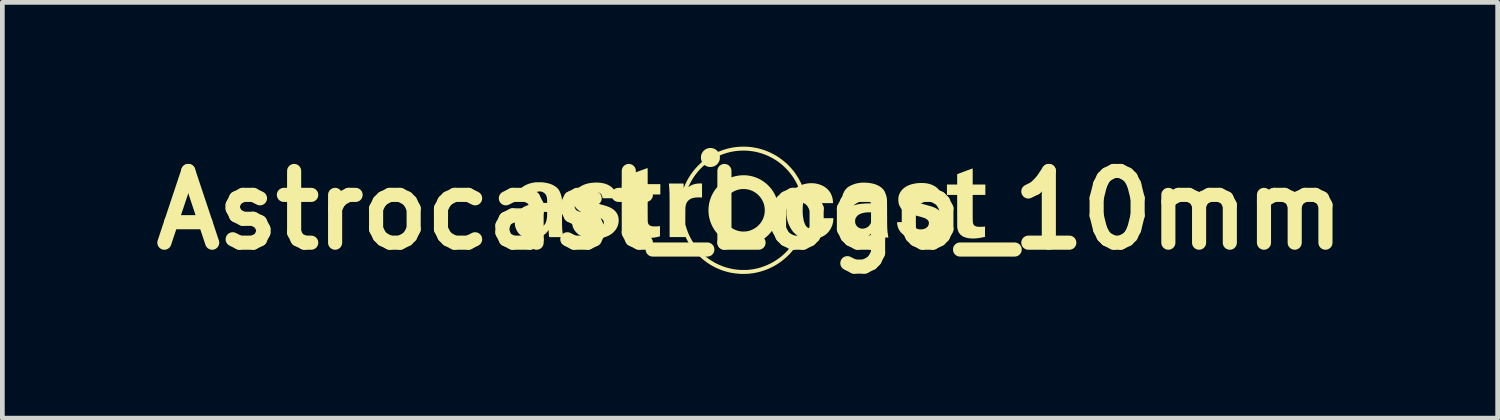
<source format=kicad_pcb>
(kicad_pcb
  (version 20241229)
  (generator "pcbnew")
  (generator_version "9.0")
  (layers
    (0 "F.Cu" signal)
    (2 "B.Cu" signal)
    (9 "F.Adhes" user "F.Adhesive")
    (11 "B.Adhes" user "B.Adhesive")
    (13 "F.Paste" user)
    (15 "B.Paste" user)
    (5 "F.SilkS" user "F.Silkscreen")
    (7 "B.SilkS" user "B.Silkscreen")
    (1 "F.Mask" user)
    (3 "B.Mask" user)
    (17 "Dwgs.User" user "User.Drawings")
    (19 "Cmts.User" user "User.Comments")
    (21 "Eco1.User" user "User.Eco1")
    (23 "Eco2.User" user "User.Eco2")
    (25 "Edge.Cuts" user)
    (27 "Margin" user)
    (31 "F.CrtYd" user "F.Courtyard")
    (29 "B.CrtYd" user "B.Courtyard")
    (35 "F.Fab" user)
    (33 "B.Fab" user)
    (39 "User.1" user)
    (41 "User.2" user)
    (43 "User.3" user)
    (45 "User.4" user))
  (footprint "Astrocast_Logo_10mm"
    (layer "F.Cu")
    (at 12.889 1.418)
    (property "Reference" "Astrocast_Logo_10mm" (at 0 0 0) (layer "F.SilkS") (effects (font (size 1.524 1.524) (thickness 0.3))))
    (attr board_only exclude_from_pos_files exclude_from_bom)
    (fp_poly (pts (xy -2.178 -0.897) (xy -2.178 -0.896) (xy -2.177 -0.895) (xy -2.177 -0.894) (xy -2.177 -0.891) (xy -2.176 -0.888) (xy -2.176 -0.883) (xy -2.176 -0.876) (xy -2.176 -0.868) (xy -2.176 -0.858) (xy -2.176 -0.846) (xy -2.175 -0.831) (xy -2.175 -0.814) (xy -2.175 -0.794) (xy -2.175 -0.772) (xy -2.175 -0.746) (xy -2.175 -0.726) (xy -2.175 -0.555) (xy -1.906 -0.555) (xy -1.906 -0.335) (xy -2.175 -0.335) (xy -2.175 -0.049) (xy -2.175 -0.01) (xy -2.175 0.025) (xy -2.175 0.057) (xy -2.175 0.086) (xy -2.174 0.113) (xy -2.174 0.136) (xy -2.174 0.157) (xy -2.174 0.176) (xy -2.174 0.192) (xy -2.174 0.205) (xy -2.174 0.217) (xy -2.173 0.227) (xy -2.173 0.235) (xy -2.173 0.241) (xy -2.173 0.246) (xy -2.172 0.249) (xy -2.172 0.25) (xy -2.168 0.27) (xy -2.162 0.286) (xy -2.154 0.301) (xy -2.144 0.312) (xy -2.132 0.322) (xy -2.117 0.33) (xy -2.099 0.336) (xy -2.087 0.339) (xy -2.081 0.34) (xy -2.076 0.341) (xy -2.071 0.342) (xy -2.065 0.342) (xy -2.058 0.342) (xy -2.049 0.343) (xy -2.039 0.343) (xy -2.025 0.343) (xy -2.018 0.343) (xy -1.992 0.343) (xy -1.969 0.342) (xy -1.948 0.341) (xy -1.931 0.339) (xy -1.919 0.338) (xy -1.913 0.337) (xy -1.914 0.556) (xy -1.929 0.559) (xy -1.955 0.565) (xy -1.983 0.571) (xy -2.012 0.577) (xy -2.041 0.581) (xy -2.07 0.585) (xy -2.083 0.586) (xy -2.092 0.587) (xy -2.104 0.588) (xy -2.118 0.589) (xy -2.133 0.589) (xy -2.149 0.59) (xy -2.165 0.59) (xy -2.181 0.59) (xy -2.196 0.59) (xy -2.209 0.59) (xy -2.221 0.59) (xy -2.23 0.589) (xy -2.232 0.589) (xy -2.269 0.584) (xy -2.303 0.577) (xy -2.334 0.569) (xy -2.362 0.558) (xy -2.388 0.545) (xy -2.411 0.53) (xy -2.432 0.513) (xy -2.45 0.494) (xy -2.465 0.472) (xy -2.478 0.449) (xy -2.489 0.423) (xy -2.497 0.395) (xy -2.502 0.364) (xy -2.504 0.352) (xy -2.504 0.348) (xy -2.504 0.341) (xy -2.505 0.33) (xy -2.505 0.316) (xy -2.505 0.298) (xy -2.505 0.278) (xy -2.505 0.254) (xy -2.505 0.227) (xy -2.505 0.197) (xy -2.505 0.163) (xy -2.506 0.127) (xy -2.506 0.087) (xy -2.506 0.044) (xy -2.506 0.001) (xy -2.506 -0.334) (xy -2.723 -0.334) (xy -2.723 -0.555) (xy -2.506 -0.555) (xy -2.506 -0.777) (xy -2.344 -0.837) (xy -2.321 -0.845) (xy -2.299 -0.853) (xy -2.279 -0.86) (xy -2.26 -0.867) (xy -2.242 -0.874) (xy -2.226 -0.88) (xy -2.212 -0.885) (xy -2.2 -0.889) (xy -2.19 -0.893) (xy -2.184 -0.895) (xy -2.18 -0.896) (xy -2.179 -0.897)) (stroke (width 0) (type solid)) (fill yes) (layer "F.SilkS"))
    (fp_poly (pts (xy 4.731 -0.887) (xy 4.731 -0.882) (xy 4.731 -0.874) (xy 4.731 -0.864) (xy 4.732 -0.851) (xy 4.732 -0.835) (xy 4.732 -0.818) (xy 4.732 -0.799) (xy 4.732 -0.778) (xy 4.732 -0.756) (xy 4.732 -0.733) (xy 4.732 -0.717) (xy 4.732 -0.546) (xy 5.001 -0.546) (xy 5.001 -0.325) (xy 4.732 -0.325) (xy 4.732 -0.065) (xy 4.732 -0.027) (xy 4.732 0.008) (xy 4.732 0.04) (xy 4.732 0.07) (xy 4.732 0.096) (xy 4.732 0.12) (xy 4.733 0.141) (xy 4.733 0.16) (xy 4.733 0.177) (xy 4.733 0.192) (xy 4.734 0.205) (xy 4.734 0.217) (xy 4.734 0.227) (xy 4.735 0.236) (xy 4.735 0.244) (xy 4.736 0.25) (xy 4.736 0.256) (xy 4.737 0.261) (xy 4.738 0.266) (xy 4.739 0.27) (xy 4.743 0.288) (xy 4.75 0.302) (xy 4.759 0.315) (xy 4.769 0.326) (xy 4.783 0.334) (xy 4.798 0.341) (xy 4.817 0.347) (xy 4.838 0.35) (xy 4.843 0.351) (xy 4.851 0.351) (xy 4.863 0.352) (xy 4.876 0.352) (xy 4.891 0.352) (xy 4.906 0.352) (xy 4.922 0.351) (xy 4.938 0.351) (xy 4.952 0.35) (xy 4.966 0.349) (xy 4.977 0.348) (xy 4.986 0.347) (xy 4.99 0.346) (xy 4.994 0.345) (xy 4.994 0.565) (xy 4.972 0.57) (xy 4.935 0.578) (xy 4.896 0.586) (xy 4.858 0.591) (xy 4.82 0.596) (xy 4.783 0.599) (xy 4.747 0.6) (xy 4.713 0.6) (xy 4.694 0.599) (xy 4.659 0.596) (xy 4.625 0.591) (xy 4.594 0.584) (xy 4.566 0.574) (xy 4.539 0.563) (xy 4.535 0.562) (xy 4.513 0.55) (xy 4.494 0.536) (xy 4.476 0.521) (xy 4.47 0.515) (xy 4.455 0.498) (xy 4.442 0.48) (xy 4.431 0.461) (xy 4.422 0.44) (xy 4.415 0.416) (xy 4.409 0.391) (xy 4.406 0.374) (xy 4.405 0.372) (xy 4.405 0.369) (xy 4.405 0.366) (xy 4.405 0.363) (xy 4.404 0.358) (xy 4.404 0.353) (xy 4.404 0.346) (xy 4.404 0.338) (xy 4.404 0.329) (xy 4.403 0.319) (xy 4.403 0.307) (xy 4.403 0.293) (xy 4.403 0.277) (xy 4.403 0.259) (xy 4.403 0.239) (xy 4.403 0.216) (xy 4.403 0.191) (xy 4.403 0.164) (xy 4.403 0.133) (xy 4.402 0.1) (xy 4.402 0.063) (xy 4.402 0.023) (xy 4.402 0.016) (xy 4.402 -0.325) (xy 4.293 -0.326) (xy 4.185 -0.326) (xy 4.185 -0.546) (xy 4.402 -0.546) (xy 4.403 -0.768) (xy 4.566 -0.828) (xy 4.589 -0.837) (xy 4.61 -0.845) (xy 4.631 -0.852) (xy 4.65 -0.859) (xy 4.668 -0.866) (xy 4.684 -0.871) (xy 4.698 -0.877) (xy 4.71 -0.881) (xy 4.719 -0.884) (xy 4.726 -0.887) (xy 4.73 -0.888) (xy 4.731 -0.888)) (stroke (width 0) (type solid)) (fill yes) (layer "F.SilkS"))
    (fp_poly (pts (xy -0.065 -0.741) (xy -0.016 -0.734) (xy 0.032 -0.724) (xy 0.081 -0.711) (xy 0.106 -0.703) (xy 0.152 -0.685) (xy 0.197 -0.665) (xy 0.24 -0.641) (xy 0.282 -0.614) (xy 0.321 -0.585) (xy 0.359 -0.554) (xy 0.394 -0.52) (xy 0.427 -0.484) (xy 0.458 -0.446) (xy 0.486 -0.405) (xy 0.512 -0.363) (xy 0.535 -0.32) (xy 0.545 -0.296) (xy 0.563 -0.25) (xy 0.578 -0.203) (xy 0.59 -0.155) (xy 0.599 -0.107) (xy 0.604 -0.059) (xy 0.606 -0.01) (xy 0.606 0.039) (xy 0.601 0.087) (xy 0.594 0.135) (xy 0.584 0.183) (xy 0.571 0.23) (xy 0.554 0.276) (xy 0.535 0.321) (xy 0.512 0.364) (xy 0.5 0.385) (xy 0.473 0.427) (xy 0.443 0.467) (xy 0.41 0.505) (xy 0.376 0.54) (xy 0.339 0.573) (xy 0.3 0.603) (xy 0.259 0.631) (xy 0.217 0.656) (xy 0.173 0.678) (xy 0.128 0.697) (xy 0.081 0.713) (xy 0.033 0.726) (xy -0.009 0.734) (xy -0.027 0.737) (xy -0.043 0.74) (xy -0.058 0.742) (xy -0.073 0.743) (xy -0.09 0.744) (xy -0.108 0.744) (xy -0.128 0.745) (xy -0.129 0.745) (xy -0.142 0.745) (xy -0.156 0.745) (xy -0.168 0.745) (xy -0.179 0.744) (xy -0.189 0.744) (xy -0.195 0.744) (xy -0.195 0.744) (xy -0.247 0.738) (xy -0.297 0.728) (xy -0.346 0.716) (xy -0.393 0.701) (xy -0.44 0.682) (xy -0.484 0.661) (xy -0.528 0.636) (xy -0.569 0.608) (xy -0.584 0.598) (xy -0.623 0.566) (xy -0.66 0.532) (xy -0.694 0.497) (xy -0.726 0.459) (xy -0.755 0.419) (xy -0.781 0.378) (xy -0.804 0.336) (xy -0.824 0.292) (xy -0.842 0.246) (xy -0.856 0.2) (xy -0.868 0.152) (xy -0.876 0.104) (xy -0.881 0.055) (xy -0.883 0.006) (xy -0.883 0.001) (xy -0.59 0.001) (xy -0.589 0.019) (xy -0.589 0.036) (xy -0.587 0.051) (xy -0.585 0.067) (xy -0.583 0.083) (xy -0.582 0.087) (xy -0.573 0.123) (xy -0.562 0.159) (xy -0.547 0.194) (xy -0.529 0.227) (xy -0.509 0.26) (xy -0.485 0.29) (xy -0.46 0.318) (xy -0.459 0.319) (xy -0.43 0.346) (xy -0.399 0.37) (xy -0.366 0.391) (xy -0.332 0.409) (xy -0.296 0.424) (xy -0.259 0.436) (xy -0.22 0.445) (xy -0.18 0.451) (xy -0.174 0.452) (xy -0.165 0.452) (xy -0.155 0.452) (xy -0.142 0.452) (xy -0.128 0.452) (xy -0.114 0.451) (xy -0.101 0.451) (xy -0.088 0.45) (xy -0.078 0.449) (xy -0.072 0.448) (xy -0.041 0.442) (xy -0.011 0.435) (xy 0.018 0.425) (xy 0.046 0.413) (xy 0.066 0.403) (xy 0.1 0.384) (xy 0.132 0.363) (xy 0.161 0.339) (xy 0.189 0.312) (xy 0.214 0.284) (xy 0.237 0.253) (xy 0.256 0.221) (xy 0.274 0.187) (xy 0.288 0.152) (xy 0.299 0.115) (xy 0.305 0.091) (xy 0.308 0.073) (xy 0.31 0.056) (xy 0.312 0.04) (xy 0.313 0.024) (xy 0.313 0.006) (xy 0.313 -0.012) (xy 0.312 -0.03) (xy 0.311 -0.047) (xy 0.31 -0.061) (xy 0.307 -0.076) (xy 0.304 -0.091) (xy 0.301 -0.107) (xy 0.3 -0.109) (xy 0.295 -0.129) (xy 0.289 -0.148) (xy 0.282 -0.167) (xy 0.273 -0.186) (xy 0.267 -0.198) (xy 0.252 -0.227) (xy 0.235 -0.254) (xy 0.216 -0.279) (xy 0.195 -0.304) (xy 0.176 -0.323) (xy 0.147 -0.35) (xy 0.116 -0.373) (xy 0.083 -0.393) (xy 0.049 -0.411) (xy 0.013 -0.425) (xy -0.025 -0.437) (xy -0.064 -0.445) (xy -0.076 -0.447) (xy -0.087 -0.448) (xy -0.1 -0.449) (xy -0.116 -0.45) (xy -0.132 -0.45) (xy -0.149 -0.45) (xy -0.165 -0.45) (xy -0.18 -0.449) (xy -0.193 -0.448) (xy -0.2 -0.447) (xy -0.239 -0.44) (xy -0.277 -0.429) (xy -0.313 -0.416) (xy -0.348 -0.399) (xy -0.381 -0.38) (xy -0.412 -0.359) (xy -0.442 -0.334) (xy -0.469 -0.308) (xy -0.494 -0.279) (xy -0.516 -0.247) (xy -0.536 -0.214) (xy -0.541 -0.204) (xy -0.557 -0.17) (xy -0.569 -0.136) (xy -0.579 -0.101) (xy -0.585 -0.066) (xy -0.589 -0.029) (xy -0.59 0.001) (xy -0.883 0.001) (xy -0.882 -0.044) (xy -0.877 -0.094) (xy -0.875 -0.11) (xy -0.866 -0.158) (xy -0.854 -0.205) (xy -0.839 -0.252) (xy -0.821 -0.297) (xy -0.8 -0.341) (xy -0.776 -0.384) (xy -0.75 -0.425) (xy -0.734 -0.447) (xy -0.706 -0.481) (xy -0.677 -0.513) (xy -0.646 -0.544) (xy -0.613 -0.573) (xy -0.58 -0.599) (xy -0.577 -0.601) (xy -0.535 -0.629) (xy -0.492 -0.654) (xy -0.448 -0.677) (xy -0.402 -0.696) (xy -0.356 -0.712) (xy -0.309 -0.724) (xy -0.261 -0.734) (xy -0.212 -0.74) (xy -0.163 -0.744) (xy -0.114 -0.744)) (stroke (width 0) (type solid)) (fill yes) (layer "F.SilkS"))
    (fp_poly (pts (xy -3.244 -0.588) (xy -3.201 -0.586) (xy -3.16 -0.581) (xy -3.121 -0.574) (xy -3.085 -0.565) (xy -3.05 -0.553) (xy -3.018 -0.539) (xy -2.988 -0.523) (xy -2.96 -0.505) (xy -2.935 -0.485) (xy -2.913 -0.463) (xy -2.893 -0.439) (xy -2.875 -0.413) (xy -2.861 -0.385) (xy -2.85 -0.357) (xy -2.845 -0.343) (xy -2.841 -0.328) (xy -2.838 -0.312) (xy -2.835 -0.296) (xy -2.832 -0.281) (xy -2.831 -0.268) (xy -2.831 -0.259) (xy -2.831 -0.254) (xy -3.133 -0.254) (xy -3.136 -0.272) (xy -3.141 -0.294) (xy -3.149 -0.314) (xy -3.158 -0.332) (xy -3.17 -0.347) (xy -3.185 -0.36) (xy -3.202 -0.37) (xy -3.222 -0.378) (xy -3.243 -0.384) (xy -3.268 -0.387) (xy -3.293 -0.388) (xy -3.316 -0.387) (xy -3.335 -0.385) (xy -3.353 -0.382) (xy -3.371 -0.376) (xy -3.388 -0.369) (xy -3.388 -0.369) (xy -3.406 -0.358) (xy -3.421 -0.347) (xy -3.433 -0.333) (xy -3.442 -0.318) (xy -3.447 -0.306) (xy -3.449 -0.3) (xy -3.45 -0.293) (xy -3.451 -0.284) (xy -3.451 -0.277) (xy -3.45 -0.261) (xy -3.447 -0.246) (xy -3.443 -0.233) (xy -3.436 -0.221) (xy -3.426 -0.211) (xy -3.414 -0.201) (xy -3.399 -0.193) (xy -3.381 -0.184) (xy -3.36 -0.177) (xy -3.358 -0.176) (xy -3.353 -0.175) (xy -3.345 -0.172) (xy -3.334 -0.169) (xy -3.32 -0.165) (xy -3.305 -0.161) (xy -3.288 -0.156) (xy -3.269 -0.151) (xy -3.25 -0.145) (xy -3.229 -0.14) (xy -3.209 -0.134) (xy -3.208 -0.134) (xy -3.181 -0.126) (xy -3.158 -0.12) (xy -3.138 -0.114) (xy -3.12 -0.109) (xy -3.104 -0.105) (xy -3.091 -0.101) (xy -3.079 -0.098) (xy -3.068 -0.095) (xy -3.059 -0.092) (xy -3.052 -0.089) (xy -3.044 -0.087) (xy -3.038 -0.085) (xy -3.032 -0.083) (xy -3.026 -0.08) (xy -3.019 -0.078) (xy -3.015 -0.076) (xy -2.979 -0.061) (xy -2.947 -0.044) (xy -2.918 -0.026) (xy -2.891 -0.006) (xy -2.868 0.015) (xy -2.848 0.038) (xy -2.831 0.063) (xy -2.817 0.089) (xy -2.808 0.109) (xy -2.799 0.137) (xy -2.794 0.167) (xy -2.791 0.197) (xy -2.791 0.229) (xy -2.794 0.26) (xy -2.799 0.291) (xy -2.808 0.321) (xy -2.819 0.351) (xy -2.833 0.38) (xy -2.835 0.383) (xy -2.854 0.413) (xy -2.876 0.44) (xy -2.9 0.466) (xy -2.927 0.49) (xy -2.956 0.511) (xy -2.988 0.531) (xy -3.022 0.548) (xy -3.059 0.563) (xy -3.097 0.576) (xy -3.138 0.587) (xy -3.181 0.595) (xy -3.225 0.601) (xy -3.248 0.603) (xy -3.257 0.603) (xy -3.27 0.604) (xy -3.284 0.604) (xy -3.3 0.604) (xy -3.316 0.604) (xy -3.331 0.604) (xy -3.347 0.604) (xy -3.36 0.603) (xy -3.371 0.603) (xy -3.378 0.602) (xy -3.422 0.598) (xy -3.464 0.59) (xy -3.503 0.58) (xy -3.541 0.568) (xy -3.576 0.553) (xy -3.609 0.536) (xy -3.64 0.517) (xy -3.667 0.496) (xy -3.691 0.473) (xy -3.713 0.448) (xy -3.732 0.422) (xy -3.748 0.394) (xy -3.761 0.364) (xy -3.771 0.333) (xy -3.778 0.301) (xy -3.781 0.267) (xy -3.782 0.264) (xy -3.783 0.243) (xy -3.469 0.243) (xy -3.469 0.249) (xy -3.469 0.253) (xy -3.468 0.259) (xy -3.466 0.267) (xy -3.466 0.27) (xy -3.46 0.292) (xy -3.451 0.313) (xy -3.439 0.332) (xy -3.425 0.348) (xy -3.408 0.363) (xy -3.389 0.375) (xy -3.367 0.384) (xy -3.344 0.391) (xy -3.341 0.392) (xy -3.319 0.395) (xy -3.295 0.397) (xy -3.271 0.397) (xy -3.248 0.395) (xy -3.226 0.392) (xy -3.205 0.386) (xy -3.192 0.381) (xy -3.173 0.371) (xy -3.155 0.36) (xy -3.141 0.346) (xy -3.128 0.331) (xy -3.119 0.314) (xy -3.112 0.297) (xy -3.108 0.279) (xy -3.107 0.26) (xy -3.108 0.25) (xy -3.111 0.235) (xy -3.116 0.221) (xy -3.124 0.208) (xy -3.134 0.197) (xy -3.147 0.186) (xy -3.162 0.176) (xy -3.18 0.166) (xy -3.202 0.157) (xy -3.223 0.149) (xy -3.228 0.147) (xy -3.236 0.145) (xy -3.247 0.141) (xy -3.261 0.138) (xy -3.276 0.133) (xy -3.293 0.128) (xy -3.311 0.123) (xy -3.33 0.118) (xy -3.35 0.113) (xy -3.364 0.109) (xy -3.391 0.101) (xy -3.415 0.095) (xy -3.437 0.089) (xy -3.456 0.083) (xy -3.473 0.079) (xy -3.487 0.074) (xy -3.5 0.07) (xy -3.512 0.067) (xy -3.522 0.064) (xy -3.531 0.06) (xy -3.54 0.057) (xy -3.548 0.054) (xy -3.556 0.051) (xy -3.556 0.051) (xy -3.589 0.036) (xy -3.618 0.02) (xy -3.645 0.002) (xy -3.669 -0.018) (xy -3.69 -0.04) (xy -3.708 -0.063) (xy -3.723 -0.088) (xy -3.736 -0.115) (xy -3.745 -0.143) (xy -3.752 -0.174) (xy -3.754 -0.186) (xy -3.755 -0.198) (xy -3.756 -0.212) (xy -3.757 -0.228) (xy -3.757 -0.244) (xy -3.756 -0.259) (xy -3.755 -0.273) (xy -3.754 -0.281) (xy -3.748 -0.313) (xy -3.738 -0.343) (xy -3.726 -0.372) (xy -3.711 -0.4) (xy -3.693 -0.425) (xy -3.672 -0.45) (xy -3.648 -0.472) (xy -3.621 -0.493) (xy -3.592 -0.512) (xy -3.56 -0.529) (xy -3.526 -0.544) (xy -3.489 -0.557) (xy -3.464 -0.564) (xy -3.432 -0.572) (xy -3.399 -0.578) (xy -3.363 -0.583) (xy -3.327 -0.586) (xy -3.29 -0.588) (xy -3.255 -0.589)) (stroke (width 0) (type solid)) (fill yes) (layer "F.SilkS"))
    (fp_poly (pts (xy 3.675 -0.579) (xy 3.714 -0.576) (xy 3.751 -0.572) (xy 3.762 -0.57) (xy 3.799 -0.562) (xy 3.835 -0.552) (xy 3.869 -0.54) (xy 3.9 -0.525) (xy 3.929 -0.509) (xy 3.956 -0.49) (xy 3.98 -0.47) (xy 4.002 -0.447) (xy 4.003 -0.446) (xy 4.022 -0.421) (xy 4.038 -0.394) (xy 4.052 -0.366) (xy 4.062 -0.336) (xy 4.07 -0.305) (xy 4.076 -0.271) (xy 4.077 -0.254) (xy 4.078 -0.245) (xy 3.774 -0.245) (xy 3.773 -0.256) (xy 3.77 -0.276) (xy 3.764 -0.296) (xy 3.755 -0.313) (xy 3.745 -0.329) (xy 3.737 -0.338) (xy 3.723 -0.35) (xy 3.708 -0.36) (xy 3.691 -0.368) (xy 3.671 -0.374) (xy 3.662 -0.376) (xy 3.653 -0.377) (xy 3.642 -0.378) (xy 3.629 -0.378) (xy 3.615 -0.379) (xy 3.601 -0.379) (xy 3.588 -0.378) (xy 3.577 -0.377) (xy 3.571 -0.376) (xy 3.551 -0.372) (xy 3.532 -0.365) (xy 3.515 -0.357) (xy 3.499 -0.348) (xy 3.486 -0.337) (xy 3.478 -0.328) (xy 3.469 -0.314) (xy 3.462 -0.3) (xy 3.458 -0.284) (xy 3.457 -0.267) (xy 3.457 -0.266) (xy 3.458 -0.249) (xy 3.462 -0.233) (xy 3.468 -0.22) (xy 3.476 -0.208) (xy 3.488 -0.197) (xy 3.503 -0.187) (xy 3.514 -0.181) (xy 3.519 -0.179) (xy 3.523 -0.177) (xy 3.528 -0.175) (xy 3.534 -0.173) (xy 3.54 -0.171) (xy 3.547 -0.168) (xy 3.555 -0.166) (xy 3.565 -0.163) (xy 3.576 -0.159) (xy 3.589 -0.156) (xy 3.604 -0.151) (xy 3.622 -0.146) (xy 3.642 -0.141) (xy 3.665 -0.134) (xy 3.691 -0.127) (xy 3.701 -0.124) (xy 3.73 -0.117) (xy 3.756 -0.109) (xy 3.779 -0.103) (xy 3.799 -0.097) (xy 3.817 -0.092) (xy 3.833 -0.087) (xy 3.847 -0.083) (xy 3.859 -0.079) (xy 3.871 -0.076) (xy 3.881 -0.072) (xy 3.89 -0.069) (xy 3.898 -0.065) (xy 3.906 -0.062) (xy 3.914 -0.059) (xy 3.944 -0.045) (xy 3.972 -0.029) (xy 3.998 -0.012) (xy 4.021 0.007) (xy 4.042 0.026) (xy 4.06 0.046) (xy 4.067 0.056) (xy 4.083 0.081) (xy 4.096 0.108) (xy 4.106 0.136) (xy 4.113 0.166) (xy 4.117 0.198) (xy 4.118 0.223) (xy 4.116 0.257) (xy 4.111 0.29) (xy 4.103 0.322) (xy 4.092 0.354) (xy 4.077 0.384) (xy 4.06 0.413) (xy 4.04 0.44) (xy 4.017 0.466) (xy 3.991 0.49) (xy 3.963 0.513) (xy 3.947 0.524) (xy 3.914 0.543) (xy 3.879 0.56) (xy 3.842 0.575) (xy 3.802 0.587) (xy 3.76 0.598) (xy 3.716 0.605) (xy 3.693 0.609) (xy 3.685 0.609) (xy 3.676 0.61) (xy 3.664 0.611) (xy 3.652 0.612) (xy 3.639 0.612) (xy 3.627 0.613) (xy 3.615 0.614) (xy 3.605 0.614) (xy 3.597 0.614) (xy 3.591 0.614) (xy 3.591 0.614) (xy 3.587 0.614) (xy 3.581 0.614) (xy 3.573 0.613) (xy 3.564 0.613) (xy 3.557 0.613) (xy 3.512 0.609) (xy 3.469 0.604) (xy 3.429 0.596) (xy 3.391 0.585) (xy 3.355 0.572) (xy 3.321 0.557) (xy 3.289 0.539) (xy 3.259 0.518) (xy 3.233 0.497) (xy 3.21 0.475) (xy 3.19 0.451) (xy 3.173 0.425) (xy 3.162 0.405) (xy 3.15 0.38) (xy 3.141 0.353) (xy 3.134 0.327) (xy 3.129 0.3) (xy 3.127 0.275) (xy 3.127 0.269) (xy 3.127 0.252) (xy 3.438 0.252) (xy 3.439 0.26) (xy 3.444 0.285) (xy 3.451 0.307) (xy 3.461 0.328) (xy 3.473 0.346) (xy 3.488 0.362) (xy 3.505 0.375) (xy 3.525 0.386) (xy 3.547 0.395) (xy 3.572 0.401) (xy 3.595 0.405) (xy 3.622 0.407) (xy 3.648 0.406) (xy 3.672 0.403) (xy 3.695 0.398) (xy 3.716 0.39) (xy 3.735 0.381) (xy 3.752 0.369) (xy 3.767 0.356) (xy 3.78 0.341) (xy 3.789 0.324) (xy 3.796 0.306) (xy 3.798 0.297) (xy 3.801 0.278) (xy 3.801 0.261) (xy 3.797 0.244) (xy 3.791 0.229) (xy 3.782 0.215) (xy 3.769 0.202) (xy 3.754 0.19) (xy 3.735 0.179) (xy 3.718 0.17) (xy 3.712 0.168) (xy 3.706 0.165) (xy 3.699 0.163) (xy 3.692 0.16) (xy 3.683 0.157) (xy 3.674 0.154) (xy 3.663 0.151) (xy 3.65 0.147) (xy 3.636 0.143) (xy 3.619 0.138) (xy 3.6 0.133) (xy 3.578 0.127) (xy 3.553 0.12) (xy 3.541 0.117) (xy 3.514 0.109) (xy 3.49 0.103) (xy 3.468 0.097) (xy 3.45 0.092) (xy 3.433 0.087) (xy 3.419 0.083) (xy 3.406 0.079) (xy 3.395 0.076) (xy 3.385 0.072) (xy 3.376 0.069) (xy 3.368 0.066) (xy 3.361 0.063) (xy 3.353 0.06) (xy 3.353 0.06) (xy 3.32 0.046) (xy 3.29 0.029) (xy 3.263 0.011) (xy 3.239 -0.009) (xy 3.218 -0.031) (xy 3.2 -0.055) (xy 3.185 -0.08) (xy 3.172 -0.107) (xy 3.162 -0.136) (xy 3.156 -0.167) (xy 3.153 -0.191) (xy 3.151 -0.225) (xy 3.152 -0.258) (xy 3.157 -0.29) (xy 3.165 -0.32) (xy 3.176 -0.349) (xy 3.19 -0.377) (xy 3.206 -0.403) (xy 3.226 -0.428) (xy 3.248 -0.451) (xy 3.273 -0.473) (xy 3.301 -0.493) (xy 3.331 -0.511) (xy 3.364 -0.527) (xy 3.399 -0.541) (xy 3.437 -0.553) (xy 3.438 -0.553) (xy 3.474 -0.562) (xy 3.513 -0.569) (xy 3.553 -0.575) (xy 3.594 -0.578) (xy 3.635 -0.579)) (stroke (width 0) (type solid)) (fill yes) (layer "F.SilkS"))
    (fp_poly (pts (xy 2.46 -0.586) (xy 2.504 -0.583) (xy 2.546 -0.578) (xy 2.585 -0.571) (xy 2.622 -0.563) (xy 2.657 -0.553) (xy 2.69 -0.54) (xy 2.707 -0.533) (xy 2.729 -0.522) (xy 2.75 -0.51) (xy 2.771 -0.496) (xy 2.79 -0.482) (xy 2.807 -0.467) (xy 2.822 -0.453) (xy 2.834 -0.438) (xy 2.839 -0.432) (xy 2.857 -0.402) (xy 2.873 -0.37) (xy 2.886 -0.337) (xy 2.897 -0.302) (xy 2.905 -0.267) (xy 2.91 -0.232) (xy 2.911 -0.225) (xy 2.911 -0.22) (xy 2.911 -0.213) (xy 2.911 -0.202) (xy 2.911 -0.188) (xy 2.912 -0.172) (xy 2.912 -0.153) (xy 2.912 -0.132) (xy 2.912 -0.108) (xy 2.912 -0.082) (xy 2.913 -0.054) (xy 2.913 -0.025) (xy 2.913 0.007) (xy 2.913 0.039) (xy 2.913 0.072) (xy 2.913 0.111) (xy 2.914 0.146) (xy 2.914 0.179) (xy 2.914 0.208) (xy 2.914 0.235) (xy 2.914 0.26) (xy 2.914 0.282) (xy 2.915 0.301) (xy 2.915 0.319) (xy 2.915 0.335) (xy 2.915 0.35) (xy 2.916 0.363) (xy 2.916 0.375) (xy 2.917 0.385) (xy 2.917 0.395) (xy 2.918 0.404) (xy 2.918 0.413) (xy 2.919 0.421) (xy 2.919 0.429) (xy 2.92 0.437) (xy 2.92 0.438) (xy 2.922 0.452) (xy 2.923 0.467) (xy 2.925 0.483) (xy 2.928 0.499) (xy 2.93 0.515) (xy 2.932 0.531) (xy 2.934 0.545) (xy 2.936 0.557) (xy 2.938 0.567) (xy 2.94 0.575) (xy 2.941 0.577) (xy 2.941 0.578) (xy 2.94 0.578) (xy 2.939 0.579) (xy 2.937 0.579) (xy 2.934 0.579) (xy 2.93 0.58) (xy 2.925 0.58) (xy 2.917 0.58) (xy 2.908 0.58) (xy 2.897 0.58) (xy 2.883 0.58) (xy 2.867 0.58) (xy 2.849 0.58) (xy 2.827 0.58) (xy 2.802 0.58) (xy 2.791 0.58) (xy 2.765 0.58) (xy 2.742 0.58) (xy 2.722 0.58) (xy 2.705 0.58) (xy 2.69 0.58) (xy 2.678 0.58) (xy 2.668 0.58) (xy 2.66 0.58) (xy 2.653 0.58) (xy 2.648 0.58) (xy 2.645 0.579) (xy 2.642 0.579) (xy 2.641 0.579) (xy 2.64 0.578) (xy 2.64 0.578) (xy 2.639 0.577) (xy 2.638 0.572) (xy 2.637 0.564) (xy 2.636 0.553) (xy 2.634 0.541) (xy 2.633 0.527) (xy 2.632 0.513) (xy 2.631 0.498) (xy 2.63 0.483) (xy 2.629 0.469) (xy 2.629 0.461) (xy 2.628 0.428) (xy 2.618 0.442) (xy 2.608 0.456) (xy 2.598 0.469) (xy 2.587 0.482) (xy 2.574 0.495) (xy 2.571 0.498) (xy 2.545 0.522) (xy 2.516 0.543) (xy 2.486 0.561) (xy 2.454 0.577) (xy 2.421 0.589) (xy 2.386 0.599) (xy 2.36 0.603) (xy 2.351 0.605) (xy 2.338 0.605) (xy 2.324 0.606) (xy 2.309 0.607) (xy 2.293 0.607) (xy 2.277 0.607) (xy 2.261 0.607) (xy 2.248 0.606) (xy 2.209 0.602) (xy 2.172 0.597) (xy 2.138 0.589) (xy 2.107 0.579) (xy 2.078 0.566) (xy 2.052 0.552) (xy 2.028 0.535) (xy 2.006 0.516) (xy 1.991 0.499) (xy 1.97 0.471) (xy 1.952 0.442) (xy 1.937 0.411) (xy 1.925 0.379) (xy 1.917 0.346) (xy 1.911 0.313) (xy 1.909 0.278) (xy 1.909 0.243) (xy 1.911 0.226) (xy 2.233 0.226) (xy 2.234 0.241) (xy 2.234 0.252) (xy 2.235 0.26) (xy 2.236 0.267) (xy 2.237 0.273) (xy 2.239 0.28) (xy 2.239 0.281) (xy 2.248 0.303) (xy 2.259 0.322) (xy 2.273 0.34) (xy 2.289 0.355) (xy 2.307 0.368) (xy 2.327 0.379) (xy 2.349 0.386) (xy 2.367 0.39) (xy 2.381 0.391) (xy 2.395 0.391) (xy 2.41 0.39) (xy 2.413 0.39) (xy 2.438 0.385) (xy 2.461 0.378) (xy 2.483 0.367) (xy 2.504 0.354) (xy 2.522 0.339) (xy 2.538 0.32) (xy 2.547 0.309) (xy 2.556 0.295) (xy 2.564 0.28) (xy 2.571 0.264) (xy 2.577 0.248) (xy 2.582 0.231) (xy 2.586 0.212) (xy 2.59 0.191) (xy 2.592 0.169) (xy 2.594 0.143) (xy 2.596 0.115) (xy 2.597 0.088) (xy 2.598 0.047) (xy 2.582 0.045) (xy 2.572 0.045) (xy 2.559 0.044) (xy 2.545 0.044) (xy 2.53 0.044) (xy 2.515 0.044) (xy 2.5 0.045) (xy 2.488 0.045) (xy 2.478 0.046) (xy 2.477 0.046) (xy 2.441 0.05) (xy 2.407 0.057) (xy 2.377 0.065) (xy 2.349 0.075) (xy 2.324 0.087) (xy 2.301 0.101) (xy 2.282 0.117) (xy 2.276 0.124) (xy 2.263 0.139) (xy 2.253 0.154) (xy 2.245 0.17) (xy 2.242 0.176) (xy 2.238 0.188) (xy 2.236 0.2) (xy 2.234 0.212) (xy 2.233 0.226) (xy 1.911 0.226) (xy 1.913 0.208) (xy 1.921 0.173) (xy 1.921 0.173) (xy 1.931 0.139) (xy 1.945 0.107) (xy 1.961 0.076) (xy 1.98 0.046) (xy 2.002 0.019) (xy 2.026 -0.006) (xy 2.053 -0.029) (xy 2.075 -0.045) (xy 2.101 -0.061) (xy 2.13 -0.076) (xy 2.161 -0.089) (xy 2.194 -0.102) (xy 2.23 -0.112) (xy 2.267 -0.121) (xy 2.294 -0.127) (xy 2.319 -0.131) (xy 2.344 -0.135) (xy 2.37 -0.138) (xy 2.396 -0.14) (xy 2.425 -0.142) (xy 2.454 -0.144) (xy 2.487 -0.145) (xy 2.522 -0.146) (xy 2.527 -0.146) (xy 2.598 -0.147) (xy 2.597 -0.185) (xy 2.596 -0.209) (xy 2.594 -0.231) (xy 2.591 -0.252) (xy 2.588 -0.271) (xy 2.584 -0.287) (xy 2.579 -0.301) (xy 2.577 -0.306) (xy 2.566 -0.324) (xy 2.553 -0.341) (xy 2.537 -0.355) (xy 2.52 -0.368) (xy 2.501 -0.378) (xy 2.493 -0.381) (xy 2.482 -0.385) (xy 2.472 -0.387) (xy 2.462 -0.389) (xy 2.45 -0.39) (xy 2.437 -0.39) (xy 2.428 -0.389) (xy 2.417 -0.389) (xy 2.409 -0.389) (xy 2.403 -0.388) (xy 2.398 -0.387) (xy 2.392 -0.386) (xy 2.386 -0.384) (xy 2.385 -0.383) (xy 2.363 -0.374) (xy 2.344 -0.363) (xy 2.328 -0.35) (xy 2.314 -0.334) (xy 2.303 -0.317) (xy 2.3 -0.312) (xy 2.294 -0.297) (xy 2.289 -0.282) (xy 2.286 -0.266) (xy 2.285 -0.249) (xy 2.283 -0.227) (xy 1.958 -0.227) (xy 1.958 -0.237) (xy 1.958 -0.245) (xy 1.958 -0.255) (xy 1.959 -0.268) (xy 1.961 -0.28) (xy 1.963 -0.293) (xy 1.964 -0.303) (xy 1.972 -0.333) (xy 1.983 -0.362) (xy 1.997 -0.391) (xy 2.013 -0.418) (xy 2.032 -0.443) (xy 2.053 -0.466) (xy 2.075 -0.485) (xy 2.088 -0.495) (xy 2.103 -0.505) (xy 2.121 -0.515) (xy 2.141 -0.525) (xy 2.162 -0.535) (xy 2.183 -0.544) (xy 2.205 -0.552) (xy 2.226 -0.559) (xy 2.231 -0.561) (xy 2.262 -0.569) (xy 2.292 -0.576) (xy 2.323 -0.581) (xy 2.355 -0.585) (xy 2.388 -0.587) (xy 2.423 -0.587)) (stroke (width 0) (type solid)) (fill yes) (layer "F.SilkS"))
    (fp_poly (pts (xy -4.476 -0.595) (xy -4.46 -0.595) (xy -4.444 -0.594) (xy -4.43 -0.594) (xy -4.418 -0.593) (xy -4.409 -0.593) (xy -4.408 -0.593) (xy -4.363 -0.587) (xy -4.321 -0.58) (xy -4.281 -0.57) (xy -4.243 -0.559) (xy -4.209 -0.545) (xy -4.176 -0.529) (xy -4.151 -0.514) (xy -4.137 -0.505) (xy -4.122 -0.494) (xy -4.109 -0.483) (xy -4.096 -0.471) (xy -4.085 -0.46) (xy -4.076 -0.449) (xy -4.072 -0.445) (xy -4.058 -0.422) (xy -4.044 -0.397) (xy -4.032 -0.369) (xy -4.021 -0.34) (xy -4.012 -0.311) (xy -4.01 -0.303) (xy -4.008 -0.295) (xy -4.006 -0.288) (xy -4.004 -0.281) (xy -4.003 -0.275) (xy -4.002 -0.268) (xy -4.001 -0.261) (xy -4 -0.254) (xy -3.999 -0.246) (xy -3.999 -0.237) (xy -3.998 -0.227) (xy -3.998 -0.215) (xy -3.998 -0.201) (xy -3.998 -0.185) (xy -3.997 -0.166) (xy -3.997 -0.145) (xy -3.997 -0.121) (xy -3.997 -0.106) (xy -3.996 -0.08) (xy -3.996 -0.051) (xy -3.996 -0.021) (xy -3.996 0.011) (xy -3.996 0.044) (xy -3.996 0.076) (xy -3.995 0.107) (xy -3.995 0.137) (xy -3.995 0.165) (xy -3.995 0.176) (xy -3.995 0.21) (xy -3.995 0.24) (xy -3.995 0.267) (xy -3.995 0.292) (xy -3.994 0.314) (xy -3.994 0.335) (xy -3.993 0.354) (xy -3.993 0.371) (xy -3.992 0.387) (xy -3.991 0.402) (xy -3.99 0.416) (xy -3.988 0.43) (xy -3.987 0.445) (xy -3.985 0.459) (xy -3.984 0.472) (xy -3.983 0.479) (xy -3.981 0.489) (xy -3.98 0.501) (xy -3.978 0.513) (xy -3.976 0.526) (xy -3.974 0.538) (xy -3.972 0.549) (xy -3.97 0.559) (xy -3.969 0.565) (xy -3.969 0.566) (xy -3.967 0.572) (xy -4.099 0.572) (xy -4.12 0.572) (xy -4.141 0.572) (xy -4.161 0.572) (xy -4.18 0.572) (xy -4.197 0.572) (xy -4.213 0.571) (xy -4.226 0.571) (xy -4.237 0.571) (xy -4.245 0.571) (xy -4.25 0.571) (xy -4.25 0.571) (xy -4.269 0.57) (xy -4.271 0.557) (xy -4.275 0.525) (xy -4.277 0.494) (xy -4.279 0.46) (xy -4.279 0.457) (xy -4.28 0.418) (xy -4.288 0.43) (xy -4.308 0.458) (xy -4.332 0.484) (xy -4.357 0.507) (xy -4.385 0.529) (xy -4.414 0.548) (xy -4.445 0.564) (xy -4.477 0.577) (xy -4.503 0.585) (xy -4.514 0.588) (xy -4.525 0.59) (xy -4.534 0.592) (xy -4.544 0.594) (xy -4.553 0.595) (xy -4.564 0.596) (xy -4.577 0.596) (xy -4.591 0.596) (xy -4.608 0.597) (xy -4.61 0.597) (xy -4.623 0.597) (xy -4.636 0.597) (xy -4.647 0.597) (xy -4.657 0.597) (xy -4.665 0.597) (xy -4.67 0.596) (xy -4.671 0.596) (xy -4.709 0.592) (xy -4.744 0.586) (xy -4.776 0.578) (xy -4.806 0.568) (xy -4.834 0.555) (xy -4.859 0.541) (xy -4.882 0.524) (xy -4.903 0.505) (xy -4.923 0.484) (xy -4.94 0.46) (xy -4.956 0.433) (xy -4.965 0.414) (xy -4.975 0.391) (xy -4.984 0.368) (xy -4.99 0.343) (xy -4.995 0.32) (xy -4.997 0.311) (xy -4.997 0.299) (xy -4.998 0.286) (xy -4.998 0.271) (xy -4.999 0.256) (xy -4.998 0.24) (xy -4.998 0.226) (xy -4.998 0.223) (xy -4.675 0.223) (xy -4.675 0.235) (xy -4.675 0.244) (xy -4.674 0.251) (xy -4.673 0.257) (xy -4.672 0.263) (xy -4.664 0.285) (xy -4.654 0.306) (xy -4.641 0.324) (xy -4.626 0.341) (xy -4.608 0.355) (xy -4.589 0.366) (xy -4.569 0.374) (xy -4.561 0.377) (xy -4.554 0.378) (xy -4.547 0.38) (xy -4.54 0.38) (xy -4.531 0.381) (xy -4.52 0.381) (xy -4.512 0.381) (xy -4.501 0.38) (xy -4.492 0.38) (xy -4.485 0.379) (xy -4.479 0.378) (xy -4.473 0.377) (xy -4.467 0.376) (xy -4.443 0.367) (xy -4.42 0.356) (xy -4.4 0.342) (xy -4.382 0.325) (xy -4.366 0.306) (xy -4.351 0.284) (xy -4.339 0.259) (xy -4.338 0.255) (xy -4.33 0.234) (xy -4.324 0.21) (xy -4.319 0.183) (xy -4.315 0.154) (xy -4.313 0.122) (xy -4.312 0.087) (xy -4.312 0.07) (xy -4.312 0.038) (xy -4.321 0.037) (xy -4.337 0.036) (xy -4.356 0.035) (xy -4.377 0.035) (xy -4.398 0.035) (xy -4.419 0.036) (xy -4.44 0.038) (xy -4.458 0.04) (xy -4.461 0.04) (xy -4.494 0.046) (xy -4.524 0.054) (xy -4.552 0.063) (xy -4.577 0.074) (xy -4.6 0.087) (xy -4.619 0.102) (xy -4.636 0.118) (xy -4.65 0.136) (xy -4.661 0.155) (xy -4.666 0.166) (xy -4.67 0.177) (xy -4.672 0.187) (xy -4.674 0.199) (xy -4.675 0.212) (xy -4.675 0.223) (xy -4.998 0.223) (xy -4.997 0.213) (xy -4.996 0.203) (xy -4.995 0.2) (xy -4.987 0.164) (xy -4.976 0.129) (xy -4.963 0.096) (xy -4.946 0.065) (xy -4.927 0.035) (xy -4.904 0.008) (xy -4.88 -0.018) (xy -4.852 -0.041) (xy -4.841 -0.049) (xy -4.817 -0.065) (xy -4.789 -0.08) (xy -4.759 -0.093) (xy -4.727 -0.106) (xy -4.693 -0.117) (xy -4.657 -0.127) (xy -4.62 -0.135) (xy -4.604 -0.138) (xy -4.584 -0.141) (xy -4.564 -0.144) (xy -4.545 -0.146) (xy -4.525 -0.148) (xy -4.504 -0.15) (xy -4.482 -0.151) (xy -4.458 -0.153) (xy -4.432 -0.154) (xy -4.404 -0.155) (xy -4.387 -0.155) (xy -4.372 -0.156) (xy -4.357 -0.156) (xy -4.344 -0.156) (xy -4.333 -0.157) (xy -4.323 -0.157) (xy -4.317 -0.157) (xy -4.313 -0.158) (xy -4.312 -0.158) (xy -4.311 -0.16) (xy -4.311 -0.164) (xy -4.311 -0.171) (xy -4.311 -0.18) (xy -4.311 -0.19) (xy -4.311 -0.191) (xy -4.312 -0.211) (xy -4.313 -0.231) (xy -4.315 -0.25) (xy -4.318 -0.268) (xy -4.322 -0.285) (xy -4.326 -0.3) (xy -4.33 -0.312) (xy -4.332 -0.316) (xy -4.343 -0.335) (xy -4.357 -0.352) (xy -4.373 -0.366) (xy -4.392 -0.379) (xy -4.412 -0.389) (xy -4.433 -0.396) (xy -4.435 -0.396) (xy -4.447 -0.398) (xy -4.461 -0.399) (xy -4.476 -0.399) (xy -4.491 -0.399) (xy -4.504 -0.397) (xy -4.513 -0.395) (xy -4.535 -0.388) (xy -4.554 -0.379) (xy -4.572 -0.366) (xy -4.587 -0.352) (xy -4.6 -0.335) (xy -4.61 -0.317) (xy -4.618 -0.296) (xy -4.623 -0.273) (xy -4.624 -0.256) (xy -4.625 -0.237) (xy -4.95 -0.237) (xy -4.95 -0.256) (xy -4.948 -0.285) (xy -4.943 -0.315) (xy -4.935 -0.345) (xy -4.925 -0.374) (xy -4.911 -0.402) (xy -4.895 -0.428) (xy -4.876 -0.453) (xy -4.873 -0.456) (xy -4.859 -0.471) (xy -4.846 -0.484) (xy -4.832 -0.496) (xy -4.816 -0.507) (xy -4.799 -0.518) (xy -4.787 -0.524) (xy -4.75 -0.543) (xy -4.711 -0.559) (xy -4.67 -0.572) (xy -4.627 -0.583) (xy -4.583 -0.591) (xy -4.569 -0.593) (xy -4.561 -0.593) (xy -4.551 -0.594) (xy -4.539 -0.594) (xy -4.524 -0.595) (xy -4.509 -0.595) (xy -4.492 -0.595)) (stroke (width 0) (type solid)) (fill yes) (layer "F.SilkS"))
    (fp_poly (pts (xy -0.046 -1.349) (xy 0.018 -1.343) (xy 0.049 -1.339) (xy 0.117 -1.327) (xy 0.183 -1.313) (xy 0.248 -1.295) (xy 0.312 -1.274) (xy 0.374 -1.25) (xy 0.435 -1.223) (xy 0.495 -1.193) (xy 0.554 -1.16) (xy 0.611 -1.124) (xy 0.666 -1.084) (xy 0.72 -1.042) (xy 0.771 -0.999) (xy 0.793 -0.978) (xy 0.816 -0.955) (xy 0.84 -0.93) (xy 0.864 -0.905) (xy 0.886 -0.88) (xy 0.907 -0.855) (xy 0.92 -0.84) (xy 0.948 -0.803) (xy 0.975 -0.764) (xy 1.001 -0.724) (xy 1.027 -0.683) (xy 1.05 -0.641) (xy 1.072 -0.6) (xy 1.091 -0.56) (xy 1.096 -0.547) (xy 1.099 -0.543) (xy 1.1 -0.54) (xy 1.101 -0.54) (xy 1.103 -0.54) (xy 1.108 -0.542) (xy 1.114 -0.544) (xy 1.118 -0.545) (xy 1.158 -0.557) (xy 1.199 -0.566) (xy 1.24 -0.572) (xy 1.283 -0.575) (xy 1.325 -0.575) (xy 1.367 -0.572) (xy 1.407 -0.566) (xy 1.423 -0.562) (xy 1.463 -0.552) (xy 1.5 -0.539) (xy 1.535 -0.524) (xy 1.569 -0.507) (xy 1.599 -0.487) (xy 1.628 -0.465) (xy 1.654 -0.44) (xy 1.677 -0.414) (xy 1.698 -0.386) (xy 1.711 -0.365) (xy 1.723 -0.341) (xy 1.734 -0.315) (xy 1.743 -0.289) (xy 1.751 -0.264) (xy 1.752 -0.26) (xy 1.755 -0.241) (xy 1.759 -0.219) (xy 1.761 -0.198) (xy 1.763 -0.177) (xy 1.763 -0.176) (xy 1.764 -0.151) (xy 1.438 -0.151) (xy 1.438 -0.157) (xy 1.437 -0.161) (xy 1.436 -0.168) (xy 1.435 -0.175) (xy 1.435 -0.178) (xy 1.43 -0.208) (xy 1.423 -0.236) (xy 1.415 -0.261) (xy 1.405 -0.283) (xy 1.394 -0.303) (xy 1.381 -0.32) (xy 1.367 -0.333) (xy 1.351 -0.344) (xy 1.333 -0.352) (xy 1.315 -0.357) (xy 1.295 -0.359) (xy 1.285 -0.359) (xy 1.271 -0.357) (xy 1.259 -0.355) (xy 1.248 -0.352) (xy 1.236 -0.346) (xy 1.232 -0.345) (xy 1.215 -0.334) (xy 1.199 -0.32) (xy 1.185 -0.303) (xy 1.172 -0.283) (xy 1.16 -0.26) (xy 1.15 -0.234) (xy 1.141 -0.205) (xy 1.133 -0.172) (xy 1.127 -0.137) (xy 1.122 -0.098) (xy 1.122 -0.097) (xy 1.121 -0.085) (xy 1.121 -0.071) (xy 1.12 -0.054) (xy 1.12 -0.036) (xy 1.119 -0.017) (xy 1.119 0.003) (xy 1.119 0.022) (xy 1.119 0.041) (xy 1.12 0.058) (xy 1.12 0.073) (xy 1.121 0.085) (xy 1.121 0.089) (xy 1.125 0.125) (xy 1.13 0.159) (xy 1.135 0.19) (xy 1.141 0.218) (xy 1.148 0.244) (xy 1.156 0.267) (xy 1.165 0.29) (xy 1.173 0.307) (xy 1.185 0.327) (xy 1.198 0.345) (xy 1.213 0.359) (xy 1.228 0.371) (xy 1.245 0.379) (xy 1.263 0.384) (xy 1.283 0.386) (xy 1.295 0.386) (xy 1.308 0.385) (xy 1.319 0.383) (xy 1.329 0.38) (xy 1.339 0.376) (xy 1.342 0.375) (xy 1.361 0.364) (xy 1.377 0.351) (xy 1.391 0.335) (xy 1.404 0.316) (xy 1.415 0.294) (xy 1.425 0.269) (xy 1.431 0.249) (xy 1.432 0.241) (xy 1.434 0.23) (xy 1.437 0.218) (xy 1.439 0.206) (xy 1.44 0.194) (xy 1.442 0.183) (xy 1.442 0.176) (xy 1.443 0.169) (xy 1.606 0.169) (xy 1.77 0.168) (xy 1.77 0.189) (xy 1.769 0.223) (xy 1.764 0.257) (xy 1.756 0.291) (xy 1.746 0.324) (xy 1.732 0.357) (xy 1.716 0.389) (xy 1.698 0.42) (xy 1.677 0.448) (xy 1.674 0.452) (xy 1.651 0.478) (xy 1.625 0.503) (xy 1.597 0.525) (xy 1.566 0.545) (xy 1.534 0.562) (xy 1.5 0.577) (xy 1.464 0.589) (xy 1.427 0.599) (xy 1.389 0.606) (xy 1.371 0.608) (xy 1.362 0.608) (xy 1.35 0.609) (xy 1.337 0.609) (xy 1.321 0.609) (xy 1.304 0.609) (xy 1.287 0.609) (xy 1.271 0.608) (xy 1.255 0.608) (xy 1.24 0.607) (xy 1.227 0.606) (xy 1.219 0.605) (xy 1.193 0.602) (xy 1.168 0.598) (xy 1.143 0.593) (xy 1.121 0.587) (xy 1.1 0.581) (xy 1.087 0.576) (xy 1.086 0.576) (xy 1.084 0.578) (xy 1.082 0.581) (xy 1.079 0.586) (xy 1.075 0.594) (xy 1.071 0.603) (xy 1.039 0.662) (xy 1.004 0.72) (xy 0.967 0.776) (xy 0.927 0.83) (xy 0.885 0.882) (xy 0.841 0.931) (xy 0.794 0.978) (xy 0.745 1.022) (xy 0.694 1.064) (xy 0.641 1.104) (xy 0.587 1.141) (xy 0.53 1.175) (xy 0.472 1.206) (xy 0.412 1.235) (xy 0.351 1.261) (xy 0.288 1.283) (xy 0.224 1.303) (xy 0.159 1.32) (xy 0.092 1.333) (xy 0.085 1.335) (xy 0.04 1.341) (xy -0.007 1.347) (xy -0.029 1.349) (xy -0.039 1.35) (xy -0.052 1.351) (xy -0.067 1.351) (xy -0.084 1.352) (xy -0.102 1.352) (xy -0.121 1.352) (xy -0.14 1.353) (xy -0.159 1.353) (xy -0.176 1.353) (xy -0.192 1.352) (xy -0.206 1.352) (xy -0.218 1.352) (xy -0.221 1.351) (xy -0.29 1.345) (xy -0.358 1.336) (xy -0.425 1.324) (xy -0.491 1.308) (xy -0.555 1.289) (xy -0.619 1.267) (xy -0.68 1.242) (xy -0.741 1.214) (xy -0.8 1.183) (xy -0.857 1.149) (xy -0.913 1.112) (xy -0.967 1.072) (xy -1.02 1.029) (xy -1.07 0.983) (xy -1.1 0.955) (xy -1.146 0.906) (xy -1.19 0.855) (xy -1.231 0.802) (xy -1.269 0.747) (xy -1.305 0.691) (xy -1.338 0.632) (xy -1.357 0.595) (xy -1.363 0.583) (xy -1.367 0.575) (xy -1.37 0.568) (xy -1.373 0.564) (xy -1.374 0.562) (xy -1.375 0.562) (xy -1.375 0.563) (xy -1.375 0.564) (xy -1.375 0.57) (xy -1.709 0.57) (xy -1.709 0.3) (xy -1.375 0.3) (xy -1.366 0.332) (xy -1.349 0.388) (xy -1.33 0.441) (xy -1.31 0.493) (xy -1.287 0.543) (xy -1.263 0.591) (xy -1.236 0.64) (xy -1.228 0.653) (xy -1.193 0.709) (xy -1.155 0.762) (xy -1.115 0.813) (xy -1.072 0.861) (xy -1.028 0.908) (xy -0.981 0.951) (xy -0.932 0.992) (xy -0.881 1.031) (xy -0.828 1.067) (xy -0.774 1.1) (xy -0.718 1.131) (xy -0.66 1.158) (xy -0.601 1.183) (xy -0.541 1.205) (xy -0.479 1.223) (xy -0.416 1.239) (xy -0.352 1.252) (xy -0.288 1.261) (xy -0.243 1.265) (xy -0.231 1.266) (xy -0.221 1.267) (xy -0.211 1.268) (xy -0.203 1.268) (xy -0.198 1.269) (xy -0.186 1.269) (xy -0.171 1.269) (xy -0.155 1.269) (xy -0.138 1.269) (xy -0.121 1.269) (xy -0.105 1.269) (xy -0.09 1.269) (xy -0.077 1.268) (xy -0.072 1.268) (xy -0.006 1.263) (xy 0.06 1.254) (xy 0.124 1.242) (xy 0.188 1.227) (xy 0.25 1.208) (xy 0.311 1.186) (xy 0.372 1.161) (xy 0.431 1.133) (xy 0.489 1.102) (xy 0.546 1.067) (xy 0.567 1.053) (xy 0.621 1.015) (xy 0.673 0.975) (xy 0.722 0.932) (xy 0.768 0.887) (xy 0.812 0.839) (xy 0.854 0.79) (xy 0.893 0.738) (xy 0.929 0.683) (xy 0.963 0.627) (xy 0.994 0.568) (xy 0.996 0.566) (xy 1.009 0.538) (xy 0.998 0.531) (xy 0.98 0.518) (xy 0.962 0.504) (xy 0.945 0.488) (xy 0.928 0.471) (xy 0.913 0.455) (xy 0.905 0.445) (xy 0.878 0.406) (xy 0.854 0.365) (xy 0.832 0.323) (xy 0.814 0.28) (xy 0.799 0.236) (xy 0.787 0.19) (xy 0.779 0.144) (xy 0.773 0.096) (xy 0.772 0.071) (xy 0.772 0.061) (xy 0.771 0.047) (xy 0.772 0.031) (xy 0.772 0.014) (xy 0.772 -0.003) (xy 0.773 -0.021) (xy 0.774 -0.038) (xy 0.775 -0.055) (xy 0.776 -0.069) (xy 0.777 -0.081) (xy 0.777 -0.085) (xy 0.784 -0.132) (xy 0.793 -0.177) (xy 0.804 -0.22) (xy 0.818 -0.26) (xy 0.835 -0.299) (xy 0.854 -0.334) (xy 0.875 -0.368) (xy 0.899 -0.399) (xy 0.899 -0.399) (xy 0.917 -0.419) (xy 0.937 -0.438) (xy 0.958 -0.457) (xy 0.979 -0.474) (xy 1.001 -0.489) (xy 1.008 -0.494) (xy 1.014 -0.498) (xy 1.019 -0.501) (xy 1.022 -0.503) (xy 1.023 -0.503) (xy 1.022 -0.506) (xy 1.02 -0.511) (xy 1.017 -0.518) (xy 1.013 -0.527) (xy 1.007 -0.538) (xy 1.002 -0.55) (xy 0.996 -0.562) (xy 0.989 -0.574) (xy 0.983 -0.586) (xy 0.977 -0.598) (xy 0.972 -0.609) (xy 0.966 -0.618) (xy 0.965 -0.62) (xy 0.932 -0.676) (xy 0.896 -0.73) (xy 0.857 -0.782) (xy 0.816 -0.832) (xy 0.772 -0.88) (xy 0.725 -0.926) (xy 0.676 -0.97) (xy 0.641 -0.998) (xy 0.59 -1.037) (xy 0.536 -1.072) (xy 0.481 -1.105) (xy 0.424 -1.135) (xy 0.366 -1.163) (xy 0.306 -1.187) (xy 0.246 -1.208) (xy 0.184 -1.226) (xy 0.122 -1.241) (xy 0.059 -1.252) (xy -0.005 -1.261) (xy -0.068 -1.266) (xy -0.133 -1.268) (xy -0.186 -1.267) (xy -0.215 -1.265) (xy -0.243 -1.264) (xy -0.268 -1.261) (xy -0.292 -1.259) (xy -0.317 -1.256) (xy -0.342 -1.252) (xy -0.353 -1.25) (xy -0.417 -1.238) (xy -0.48 -1.222) (xy -0.542 -1.203) (xy -0.603 -1.181) (xy -0.62 -1.174) (xy -0.629 -1.171) (xy -0.635 -1.168) (xy -0.639 -1.166) (xy -0.641 -1.164) (xy -0.642 -1.163) (xy -0.642 -1.161) (xy -0.642 -1.16) (xy -0.641 -1.149) (xy -0.641 -1.136) (xy -0.641 -1.124) (xy -0.64 -1.112) (xy -0.641 -1.102) (xy -0.641 -1.093) (xy -0.642 -1.09) (xy -0.647 -1.065) (xy -0.656 -1.041) (xy -0.668 -1.018) (xy -0.682 -0.997) (xy -0.699 -0.978) (xy -0.718 -0.961) (xy -0.739 -0.947) (xy -0.747 -0.942) (xy -0.771 -0.932) (xy -0.795 -0.925) (xy -0.82 -0.92) (xy -0.845 -0.919) (xy -0.87 -0.921) (xy -0.895 -0.926) (xy -0.919 -0.934) (xy -0.942 -0.945) (xy -0.956 -0.954) (xy -0.967 -0.962) (xy -0.976 -0.954) (xy -0.992 -0.94) (xy -1.01 -0.924) (xy -1.028 -0.906) (xy -1.047 -0.888) (xy -1.065 -0.869) (xy -1.082 -0.85) (xy -1.098 -0.832) (xy -1.104 -0.826) (xy -1.144 -0.776) (xy -1.181 -0.726) (xy -1.215 -0.675) (xy -1.247 -0.621) (xy -1.276 -0.566) (xy -1.278 -0.563) (xy -1.285 -0.548) (xy -1.291 -0.534) (xy -1.297 -0.522) (xy -1.302 -0.511) (xy -1.306 -0.502) (xy -1.308 -0.496) (xy -1.31 -0.492) (xy -1.31 -0.491) (xy -1.308 -0.491) (xy -1.305 -0.494) (xy -1.3 -0.497) (xy -1.299 -0.498) (xy -1.277 -0.514) (xy -1.252 -0.528) (xy -1.225 -0.54) (xy -1.195 -0.551) (xy -1.164 -0.559) (xy -1.134 -0.564) (xy -1.123 -0.566) (xy -1.11 -0.567) (xy -1.096 -0.568) (xy -1.081 -0.569) (xy -1.066 -0.569) (xy -1.053 -0.57) (xy -1.042 -0.569) (xy -1.037 -0.569) (xy -1.02 -0.568) (xy -1.02 -0.27) (xy -1.035 -0.271) (xy -1.046 -0.272) (xy -1.06 -0.272) (xy -1.074 -0.273) (xy -1.09 -0.273) (xy -1.106 -0.273) (xy -1.122 -0.272) (xy -1.136 -0.272) (xy -1.149 -0.271) (xy -1.157 -0.27) (xy -1.182 -0.266) (xy -1.204 -0.262) (xy -1.224 -0.257) (xy -1.243 -0.25) (xy -1.259 -0.243) (xy -1.281 -0.23) (xy -1.3 -0.216) (xy -1.317 -0.2) (xy -1.332 -0.182) (xy -1.345 -0.161) (xy -1.355 -0.138) (xy -1.363 -0.112) (xy -1.369 -0.084) (xy -1.371 -0.07) (xy -1.372 -0.066) (xy -1.372 -0.062) (xy -1.373 -0.057) (xy -1.373 -0.052) (xy -1.373 -0.047) (xy -1.374 -0.04) (xy -1.374 -0.032) (xy -1.374 -0.022) (xy -1.374 -0.011) (xy -1.374 0.002) (xy -1.374 0.017) (xy -1.374 0.034) (xy -1.374 0.054) (xy -1.375 0.077) (xy -1.375 0.103) (xy -1.375 0.127) (xy -1.375 0.3) (xy -1.709 0.3) (xy -1.709 0.12) (xy -1.709 0.073) (xy -1.709 0.028) (xy -1.709 -0.015) (xy -1.709 -0.057) (xy -1.709 -0.096) (xy -1.709 -0.133) (xy -1.709 -0.167) (xy -1.709 -0.199) (xy -1.71 -0.229) (xy -1.71 -0.256) (xy -1.71 -0.281) (xy -1.71 -0.302) (xy -1.71 -0.321) (xy -1.71 -0.336) (xy -1.71 -0.349) (xy -1.71 -0.358) (xy -1.711 -0.364) (xy -1.711 -0.365) (xy -1.712 -0.384) (xy -1.713 -0.403) (xy -1.714 -0.423) (xy -1.715 -0.443) (xy -1.716 -0.462) (xy -1.717 -0.481) (xy -1.718 -0.498) (xy -1.72 -0.514) (xy -1.721 -0.529) (xy -1.722 -0.541) (xy -1.722 -0.551) (xy -1.723 -0.558) (xy -1.724 -0.561) (xy -1.724 -0.567) (xy -1.412 -0.567) (xy -1.411 -0.537) (xy -1.41 -0.526) (xy -1.41 -0.514) (xy -1.41 -0.503) (xy -1.409 -0.494) (xy -1.409 -0.49) (xy -1.409 -0.484) (xy -1.409 -0.48) (xy -1.409 -0.477) (xy -1.408 -0.476) (xy -1.407 -0.477) (xy -1.405 -0.481) (xy -1.403 -0.487) (xy -1.399 -0.496) (xy -1.394 -0.507) (xy -1.393 -0.511) (xy -1.367 -0.571) (xy -1.338 -0.63) (xy -1.305 -0.687) (xy -1.27 -0.743) (xy -1.232 -0.798) (xy -1.191 -0.851) (xy -1.147 -0.902) (xy -1.102 -0.95) (xy -1.053 -0.997) (xy -1.027 -1.021) (xy -1.021 -1.026) (xy -1.027 -1.041) (xy -1.034 -1.059) (xy -1.039 -1.077) (xy -1.042 -1.096) (xy -1.043 -1.113) (xy -1.043 -1.13) (xy -1.042 -1.145) (xy -1.04 -1.16) (xy -1.037 -1.174) (xy -1.035 -1.181) (xy -1.025 -1.206) (xy -1.013 -1.228) (xy -0.998 -1.249) (xy -0.981 -1.268) (xy -0.961 -1.284) (xy -0.94 -1.298) (xy -0.917 -1.309) (xy -0.892 -1.317) (xy -0.882 -1.319) (xy -0.858 -1.323) (xy -0.833 -1.323) (xy -0.808 -1.32) (xy -0.784 -1.315) (xy -0.76 -1.306) (xy -0.74 -1.296) (xy -0.728 -1.288) (xy -0.716 -1.279) (xy -0.705 -1.27) (xy -0.695 -1.26) (xy -0.691 -1.256) (xy -0.687 -1.251) (xy -0.683 -1.246) (xy -0.68 -1.243) (xy -0.68 -1.243) (xy -0.679 -1.242) (xy -0.676 -1.242) (xy -0.672 -1.244) (xy -0.666 -1.246) (xy -0.658 -1.249) (xy -0.609 -1.268) (xy -0.558 -1.286) (xy -0.505 -1.302) (xy -0.451 -1.316) (xy -0.397 -1.327) (xy -0.367 -1.333) (xy -0.304 -1.342) (xy -0.24 -1.348) (xy -0.175 -1.351) (xy -0.11 -1.351)) (stroke (width 0) (type solid)) (fill yes) (layer "F.SilkS")))
  (gr_rect
    (start -3 -3)
    (end 28.777 5.836)
    (stroke (width 0.1) (type default))
    (fill no)
    (layer "Edge.Cuts")))
</source>
